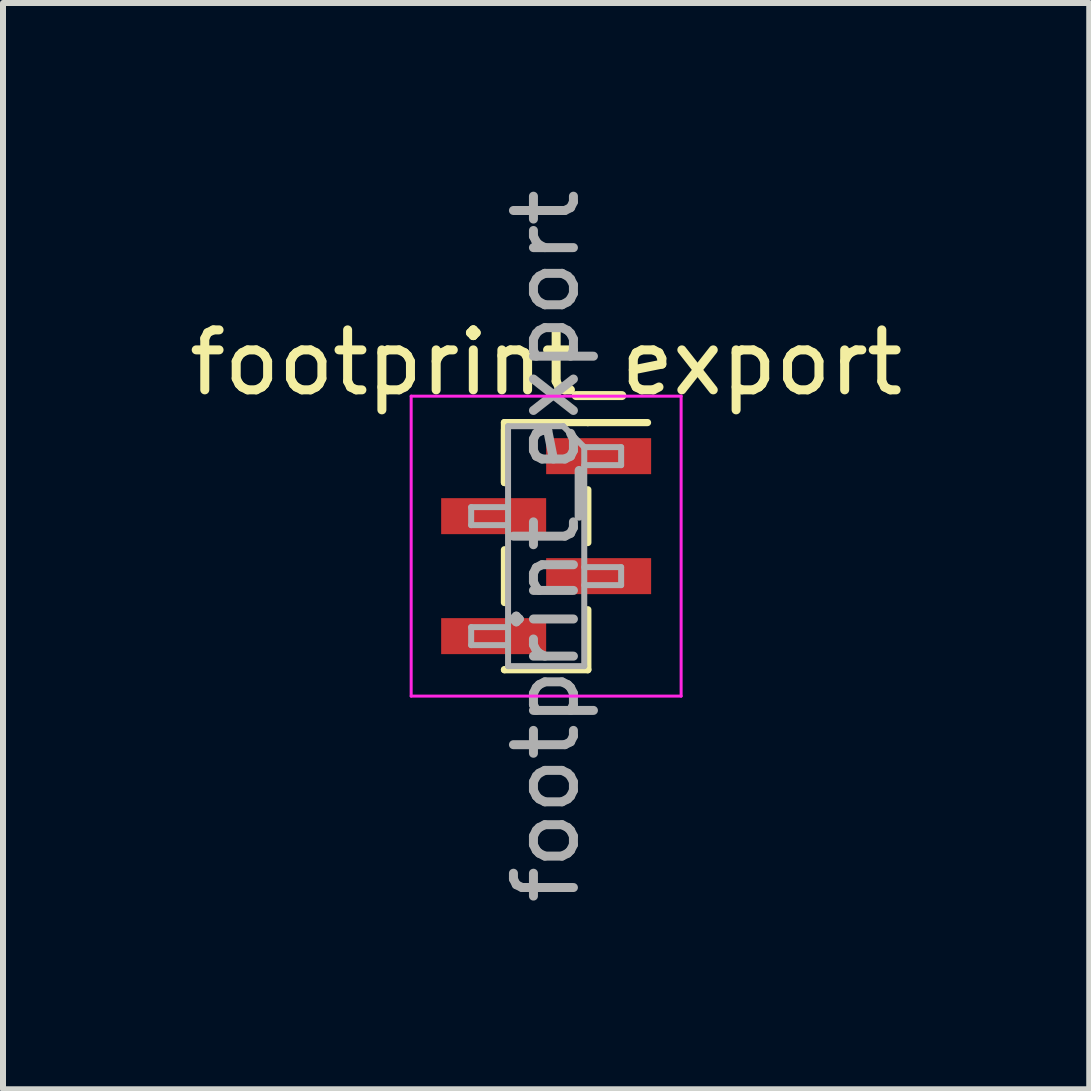
<source format=kicad_pcb>
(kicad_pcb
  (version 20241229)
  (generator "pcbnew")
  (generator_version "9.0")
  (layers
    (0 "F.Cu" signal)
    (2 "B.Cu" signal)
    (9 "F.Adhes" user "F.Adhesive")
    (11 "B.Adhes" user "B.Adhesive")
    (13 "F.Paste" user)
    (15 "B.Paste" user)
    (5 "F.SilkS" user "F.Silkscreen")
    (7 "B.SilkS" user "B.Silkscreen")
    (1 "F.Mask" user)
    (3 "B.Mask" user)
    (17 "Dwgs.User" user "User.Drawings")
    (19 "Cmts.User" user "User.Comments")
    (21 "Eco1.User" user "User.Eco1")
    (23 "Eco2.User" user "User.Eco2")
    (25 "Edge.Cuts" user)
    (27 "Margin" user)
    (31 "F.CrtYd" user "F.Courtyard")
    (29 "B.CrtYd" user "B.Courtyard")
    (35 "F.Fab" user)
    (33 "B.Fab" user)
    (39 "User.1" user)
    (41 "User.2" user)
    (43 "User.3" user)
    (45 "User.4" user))
  (footprint "footprint_export"
    (layer "F.Cu")
    (at 6.054 6.054)
    (property "Reference" "footprint_export" (at 0 -3.06 0) (layer "F.SilkS") (effects (font (size 1 1) (thickness 0.15))))
    (attr smd)
    (fp_line (start -0.695 -2.06) (end -0.695 -1.06) (stroke (width 0.12) (type solid)) (layer "F.SilkS"))
    (fp_line (start -0.695 -2.06) (end 0.695 -2.06) (stroke (width 0.12) (type solid)) (layer "F.SilkS"))
    (fp_line (start -0.695 -1.94) (end -0.695 -1.06) (stroke (width 0.12) (type solid)) (layer "F.SilkS"))
    (fp_line (start -0.695 0.06) (end -0.695 0.94) (stroke (width 0.12) (type solid)) (layer "F.SilkS"))
    (fp_line (start -0.695 2.06) (end -0.695 2.06) (stroke (width 0.12) (type solid)) (layer "F.SilkS"))
    (fp_line (start -0.695 2.06) (end 0.695 2.06) (stroke (width 0.12) (type solid)) (layer "F.SilkS"))
    (fp_line (start 0.695 -2.06) (end 0.695 -2.06) (stroke (width 0.12) (type solid)) (layer "F.SilkS"))
    (fp_line (start 0.695 -2.06) (end 1.69 -2.06) (stroke (width 0.12) (type solid)) (layer "F.SilkS"))
    (fp_line (start 0.695 -0.94) (end 0.695 -0.06) (stroke (width 0.12) (type solid)) (layer "F.SilkS"))
    (fp_line (start 0.695 1.06) (end 0.695 2.06) (stroke (width 0.12) (type solid)) (layer "F.SilkS"))
    (fp_line (start -2.25 -2.5) (end -2.25 2.5) (stroke (width 0.05) (type solid)) (layer "F.CrtYd"))
    (fp_line (start -2.25 2.5) (end 2.25 2.5) (stroke (width 0.05) (type solid)) (layer "F.CrtYd"))
    (fp_line (start 2.25 -2.5) (end -2.25 -2.5) (stroke (width 0.05) (type solid)) (layer "F.CrtYd"))
    (fp_line (start 2.25 2.5) (end 2.25 -2.5) (stroke (width 0.05) (type solid)) (layer "F.CrtYd"))
    (fp_line (start -1.25 -0.65) (end -1.25 -0.35) (stroke (width 0.1) (type solid)) (layer "F.Fab"))
    (fp_line (start -1.25 -0.35) (end -0.635 -0.35) (stroke (width 0.1) (type solid)) (layer "F.Fab"))
    (fp_line (start -1.25 1.35) (end -1.25 1.65) (stroke (width 0.1) (type solid)) (layer "F.Fab"))
    (fp_line (start -1.25 1.65) (end -0.635 1.65) (stroke (width 0.1) (type solid)) (layer "F.Fab"))
    (fp_line (start -0.635 -2) (end -0.635 2) (stroke (width 0.1) (type solid)) (layer "F.Fab"))
    (fp_line (start -0.635 -2) (end 0.285 -2) (stroke (width 0.1) (type solid)) (layer "F.Fab"))
    (fp_line (start -0.635 -0.65) (end -1.25 -0.65) (stroke (width 0.1) (type solid)) (layer "F.Fab"))
    (fp_line (start -0.635 1.35) (end -1.25 1.35) (stroke (width 0.1) (type solid)) (layer "F.Fab"))
    (fp_line (start 0.635 -1.65) (end 0.285 -2) (stroke (width 0.1) (type solid)) (layer "F.Fab"))
    (fp_line (start 0.635 -1.65) (end 1.25 -1.65) (stroke (width 0.1) (type solid)) (layer "F.Fab"))
    (fp_line (start 0.635 0.35) (end 1.25 0.35) (stroke (width 0.1) (type solid)) (layer "F.Fab"))
    (fp_line (start 0.635 2) (end -0.635 2) (stroke (width 0.1) (type solid)) (layer "F.Fab"))
    (fp_line (start 0.635 2) (end 0.635 -1.65) (stroke (width 0.1) (type solid)) (layer "F.Fab"))
    (fp_line (start 1.25 -1.65) (end 1.25 -1.35) (stroke (width 0.1) (type solid)) (layer "F.Fab"))
    (fp_line (start 1.25 -1.35) (end 0.635 -1.35) (stroke (width 0.1) (type solid)) (layer "F.Fab"))
    (fp_line (start 1.25 0.35) (end 1.25 0.65) (stroke (width 0.1) (type solid)) (layer "F.Fab"))
    (fp_line (start 1.25 0.65) (end 0.635 0.65) (stroke (width 0.1) (type solid)) (layer "F.Fab"))
    (fp_text user "${REFERENCE}" (at 0 0 90) (layer "F.Fab") (effects (font (size 1 1) (thickness 0.15))))
    (pad "1" smd rect (at 0.875 -1.5) (size 1.75 0.6) (layers "F.Cu" "F.Mask" "F.Paste"))
    (pad "2" smd rect (at -0.875 -0.5) (size 1.75 0.6) (layers "F.Cu" "F.Mask" "F.Paste"))
    (pad "3" smd rect (at 0.875 0.5) (size 1.75 0.6) (layers "F.Cu" "F.Mask" "F.Paste"))
    (pad "4" smd rect (at -0.875 1.5) (size 1.75 0.6) (layers "F.Cu" "F.Mask" "F.Paste")))
  (gr_rect
    (start -3 -3)
    (end 15.107 15.107)
    (stroke (width 0.1) (type default))
    (fill no)
    (layer "Edge.Cuts")))
</source>
